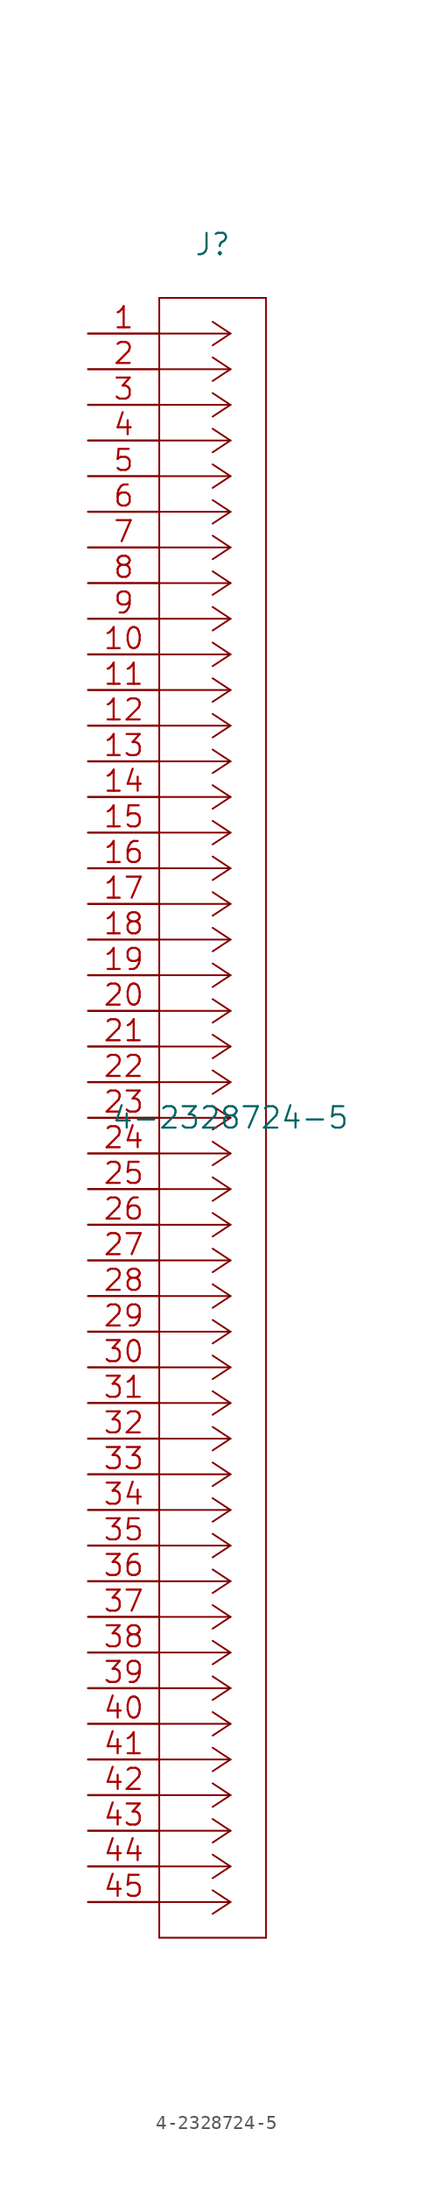
<source format=kicad_sym>
(kicad_symbol_lib
  (version 20211014)
  (generator kicad_symbol_editor)
  (symbol "4-2328724-5"
    (pin_names
      (offset 0.254) hide)
    (property "Reference" "J"
      (at 8.89 6.35 0)
      (effects (font (size 1.524 1.524))))
    (property "Value" "4-2328724-5"
      (at 10.16 -55.88 0)
      (effects (font (size 1.524 1.524))))
    (property "Datasheet" ""
      (at 0 0 0)
      (effects (font (size 1.524 1.524))))
    (property "ki_locked" ""
      (at 0 0 0)
      (effects (font (size 1.27 1.27))))
    (symbol "4-2328724-5_1_1"
      (polyline (pts (xy 5.08 -114.3) (xy 12.7 -114.3)) (stroke (width 0.127) (type default) (color 0 0 0 0)) (fill (type none)))
      (polyline (pts (xy 5.08 2.54) (xy 5.08 -114.3)) (stroke (width 0.127) (type default) (color 0 0 0 0)) (fill (type none)))
      (polyline (pts (xy 10.16 -111.76) (xy 5.08 -111.76)) (stroke (width 0.127) (type default) (color 0 0 0 0)) (fill (type none)))
      (polyline (pts (xy 10.16 -111.76) (xy 8.89 -112.598)) (stroke (width 0.127) (type default) (color 0 0 0 0)) (fill (type none)))
      (polyline (pts (xy 10.16 -111.76) (xy 8.89 -110.922)) (stroke (width 0.127) (type default) (color 0 0 0 0)) (fill (type none)))
      (polyline (pts (xy 10.16 -109.22) (xy 5.08 -109.22)) (stroke (width 0.127) (type default) (color 0 0 0 0)) (fill (type none)))
      (polyline (pts (xy 10.16 -109.22) (xy 8.89 -110.058)) (stroke (width 0.127) (type default) (color 0 0 0 0)) (fill (type none)))
      (polyline (pts (xy 10.16 -109.22) (xy 8.89 -108.382)) (stroke (width 0.127) (type default) (color 0 0 0 0)) (fill (type none)))
      (polyline (pts (xy 10.16 -106.68) (xy 5.08 -106.68)) (stroke (width 0.127) (type default) (color 0 0 0 0)) (fill (type none)))
      (polyline (pts (xy 10.16 -106.68) (xy 8.89 -107.518)) (stroke (width 0.127) (type default) (color 0 0 0 0)) (fill (type none)))
      (polyline (pts (xy 10.16 -106.68) (xy 8.89 -105.842)) (stroke (width 0.127) (type default) (color 0 0 0 0)) (fill (type none)))
      (polyline (pts (xy 10.16 -104.14) (xy 5.08 -104.14)) (stroke (width 0.127) (type default) (color 0 0 0 0)) (fill (type none)))
      (polyline (pts (xy 10.16 -104.14) (xy 8.89 -104.978)) (stroke (width 0.127) (type default) (color 0 0 0 0)) (fill (type none)))
      (polyline (pts (xy 10.16 -104.14) (xy 8.89 -103.302)) (stroke (width 0.127) (type default) (color 0 0 0 0)) (fill (type none)))
      (polyline (pts (xy 10.16 -101.6) (xy 5.08 -101.6)) (stroke (width 0.127) (type default) (color 0 0 0 0)) (fill (type none)))
      (polyline (pts (xy 10.16 -101.6) (xy 8.89 -102.438)) (stroke (width 0.127) (type default) (color 0 0 0 0)) (fill (type none)))
      (polyline (pts (xy 10.16 -101.6) (xy 8.89 -100.762)) (stroke (width 0.127) (type default) (color 0 0 0 0)) (fill (type none)))
      (polyline (pts (xy 10.16 -99.06) (xy 5.08 -99.06)) (stroke (width 0.127) (type default) (color 0 0 0 0)) (fill (type none)))
      (polyline (pts (xy 10.16 -99.06) (xy 8.89 -99.898)) (stroke (width 0.127) (type default) (color 0 0 0 0)) (fill (type none)))
      (polyline (pts (xy 10.16 -99.06) (xy 8.89 -98.222)) (stroke (width 0.127) (type default) (color 0 0 0 0)) (fill (type none)))
      (polyline (pts (xy 10.16 -96.52) (xy 5.08 -96.52)) (stroke (width 0.127) (type default) (color 0 0 0 0)) (fill (type none)))
      (polyline (pts (xy 10.16 -96.52) (xy 8.89 -97.358)) (stroke (width 0.127) (type default) (color 0 0 0 0)) (fill (type none)))
      (polyline (pts (xy 10.16 -96.52) (xy 8.89 -95.682)) (stroke (width 0.127) (type default) (color 0 0 0 0)) (fill (type none)))
      (polyline (pts (xy 10.16 -93.98) (xy 5.08 -93.98)) (stroke (width 0.127) (type default) (color 0 0 0 0)) (fill (type none)))
      (polyline (pts (xy 10.16 -93.98) (xy 8.89 -94.818)) (stroke (width 0.127) (type default) (color 0 0 0 0)) (fill (type none)))
      (polyline (pts (xy 10.16 -93.98) (xy 8.89 -93.142)) (stroke (width 0.127) (type default) (color 0 0 0 0)) (fill (type none)))
      (polyline (pts (xy 10.16 -91.44) (xy 5.08 -91.44)) (stroke (width 0.127) (type default) (color 0 0 0 0)) (fill (type none)))
      (polyline (pts (xy 10.16 -91.44) (xy 8.89 -92.278)) (stroke (width 0.127) (type default) (color 0 0 0 0)) (fill (type none)))
      (polyline (pts (xy 10.16 -91.44) (xy 8.89 -90.602)) (stroke (width 0.127) (type default) (color 0 0 0 0)) (fill (type none)))
      (polyline (pts (xy 10.16 -88.9) (xy 5.08 -88.9)) (stroke (width 0.127) (type default) (color 0 0 0 0)) (fill (type none)))
      (polyline (pts (xy 10.16 -88.9) (xy 8.89 -89.738)) (stroke (width 0.127) (type default) (color 0 0 0 0)) (fill (type none)))
      (polyline (pts (xy 10.16 -88.9) (xy 8.89 -88.062)) (stroke (width 0.127) (type default) (color 0 0 0 0)) (fill (type none)))
      (polyline (pts (xy 10.16 -86.36) (xy 5.08 -86.36)) (stroke (width 0.127) (type default) (color 0 0 0 0)) (fill (type none)))
      (polyline (pts (xy 10.16 -86.36) (xy 8.89 -87.198)) (stroke (width 0.127) (type default) (color 0 0 0 0)) (fill (type none)))
      (polyline (pts (xy 10.16 -86.36) (xy 8.89 -85.522)) (stroke (width 0.127) (type default) (color 0 0 0 0)) (fill (type none)))
      (polyline (pts (xy 10.16 -83.82) (xy 5.08 -83.82)) (stroke (width 0.127) (type default) (color 0 0 0 0)) (fill (type none)))
      (polyline (pts (xy 10.16 -83.82) (xy 8.89 -84.658)) (stroke (width 0.127) (type default) (color 0 0 0 0)) (fill (type none)))
      (polyline (pts (xy 10.16 -83.82) (xy 8.89 -82.982)) (stroke (width 0.127) (type default) (color 0 0 0 0)) (fill (type none)))
      (polyline (pts (xy 10.16 -81.28) (xy 5.08 -81.28)) (stroke (width 0.127) (type default) (color 0 0 0 0)) (fill (type none)))
      (polyline (pts (xy 10.16 -81.28) (xy 8.89 -82.118)) (stroke (width 0.127) (type default) (color 0 0 0 0)) (fill (type none)))
      (polyline (pts (xy 10.16 -81.28) (xy 8.89 -80.442)) (stroke (width 0.127) (type default) (color 0 0 0 0)) (fill (type none)))
      (polyline (pts (xy 10.16 -78.74) (xy 5.08 -78.74)) (stroke (width 0.127) (type default) (color 0 0 0 0)) (fill (type none)))
      (polyline (pts (xy 10.16 -78.74) (xy 8.89 -79.578)) (stroke (width 0.127) (type default) (color 0 0 0 0)) (fill (type none)))
      (polyline (pts (xy 10.16 -78.74) (xy 8.89 -77.902)) (stroke (width 0.127) (type default) (color 0 0 0 0)) (fill (type none)))
      (polyline (pts (xy 10.16 -76.2) (xy 5.08 -76.2)) (stroke (width 0.127) (type default) (color 0 0 0 0)) (fill (type none)))
      (polyline (pts (xy 10.16 -76.2) (xy 8.89 -77.038)) (stroke (width 0.127) (type default) (color 0 0 0 0)) (fill (type none)))
      (polyline (pts (xy 10.16 -76.2) (xy 8.89 -75.362)) (stroke (width 0.127) (type default) (color 0 0 0 0)) (fill (type none)))
      (polyline (pts (xy 10.16 -73.66) (xy 5.08 -73.66)) (stroke (width 0.127) (type default) (color 0 0 0 0)) (fill (type none)))
      (polyline (pts (xy 10.16 -73.66) (xy 8.89 -74.498)) (stroke (width 0.127) (type default) (color 0 0 0 0)) (fill (type none)))
      (polyline (pts (xy 10.16 -73.66) (xy 8.89 -72.822)) (stroke (width 0.127) (type default) (color 0 0 0 0)) (fill (type none)))
      (polyline (pts (xy 10.16 -71.12) (xy 5.08 -71.12)) (stroke (width 0.127) (type default) (color 0 0 0 0)) (fill (type none)))
      (polyline (pts (xy 10.16 -71.12) (xy 8.89 -71.958)) (stroke (width 0.127) (type default) (color 0 0 0 0)) (fill (type none)))
      (polyline (pts (xy 10.16 -71.12) (xy 8.89 -70.282)) (stroke (width 0.127) (type default) (color 0 0 0 0)) (fill (type none)))
      (polyline (pts (xy 10.16 -68.58) (xy 5.08 -68.58)) (stroke (width 0.127) (type default) (color 0 0 0 0)) (fill (type none)))
      (polyline (pts (xy 10.16 -68.58) (xy 8.89 -69.418)) (stroke (width 0.127) (type default) (color 0 0 0 0)) (fill (type none)))
      (polyline (pts (xy 10.16 -68.58) (xy 8.89 -67.742)) (stroke (width 0.127) (type default) (color 0 0 0 0)) (fill (type none)))
      (polyline (pts (xy 10.16 -66.04) (xy 5.08 -66.04)) (stroke (width 0.127) (type default) (color 0 0 0 0)) (fill (type none)))
      (polyline (pts (xy 10.16 -66.04) (xy 8.89 -66.878)) (stroke (width 0.127) (type default) (color 0 0 0 0)) (fill (type none)))
      (polyline (pts (xy 10.16 -66.04) (xy 8.89 -65.202)) (stroke (width 0.127) (type default) (color 0 0 0 0)) (fill (type none)))
      (polyline (pts (xy 10.16 -63.5) (xy 5.08 -63.5)) (stroke (width 0.127) (type default) (color 0 0 0 0)) (fill (type none)))
      (polyline (pts (xy 10.16 -63.5) (xy 8.89 -64.338)) (stroke (width 0.127) (type default) (color 0 0 0 0)) (fill (type none)))
      (polyline (pts (xy 10.16 -63.5) (xy 8.89 -62.662)) (stroke (width 0.127) (type default) (color 0 0 0 0)) (fill (type none)))
      (polyline (pts (xy 10.16 -60.96) (xy 5.08 -60.96)) (stroke (width 0.127) (type default) (color 0 0 0 0)) (fill (type none)))
      (polyline (pts (xy 10.16 -60.96) (xy 8.89 -61.798)) (stroke (width 0.127) (type default) (color 0 0 0 0)) (fill (type none)))
      (polyline (pts (xy 10.16 -60.96) (xy 8.89 -60.122)) (stroke (width 0.127) (type default) (color 0 0 0 0)) (fill (type none)))
      (polyline (pts (xy 10.16 -58.42) (xy 5.08 -58.42)) (stroke (width 0.127) (type default) (color 0 0 0 0)) (fill (type none)))
      (polyline (pts (xy 10.16 -58.42) (xy 8.89 -59.258)) (stroke (width 0.127) (type default) (color 0 0 0 0)) (fill (type none)))
      (polyline (pts (xy 10.16 -58.42) (xy 8.89 -57.582)) (stroke (width 0.127) (type default) (color 0 0 0 0)) (fill (type none)))
      (polyline (pts (xy 10.16 -55.88) (xy 5.08 -55.88)) (stroke (width 0.127) (type default) (color 0 0 0 0)) (fill (type none)))
      (polyline (pts (xy 10.16 -55.88) (xy 8.89 -56.718)) (stroke (width 0.127) (type default) (color 0 0 0 0)) (fill (type none)))
      (polyline (pts (xy 10.16 -55.88) (xy 8.89 -55.042)) (stroke (width 0.127) (type default) (color 0 0 0 0)) (fill (type none)))
      (polyline (pts (xy 10.16 -53.34) (xy 5.08 -53.34)) (stroke (width 0.127) (type default) (color 0 0 0 0)) (fill (type none)))
      (polyline (pts (xy 10.16 -53.34) (xy 8.89 -54.178)) (stroke (width 0.127) (type default) (color 0 0 0 0)) (fill (type none)))
      (polyline (pts (xy 10.16 -53.34) (xy 8.89 -52.502)) (stroke (width 0.127) (type default) (color 0 0 0 0)) (fill (type none)))
      (polyline (pts (xy 10.16 -50.8) (xy 5.08 -50.8)) (stroke (width 0.127) (type default) (color 0 0 0 0)) (fill (type none)))
      (polyline (pts (xy 10.16 -50.8) (xy 8.89 -51.638)) (stroke (width 0.127) (type default) (color 0 0 0 0)) (fill (type none)))
      (polyline (pts (xy 10.16 -50.8) (xy 8.89 -49.962)) (stroke (width 0.127) (type default) (color 0 0 0 0)) (fill (type none)))
      (polyline (pts (xy 10.16 -48.26) (xy 5.08 -48.26)) (stroke (width 0.127) (type default) (color 0 0 0 0)) (fill (type none)))
      (polyline (pts (xy 10.16 -48.26) (xy 8.89 -49.098)) (stroke (width 0.127) (type default) (color 0 0 0 0)) (fill (type none)))
      (polyline (pts (xy 10.16 -48.26) (xy 8.89 -47.422)) (stroke (width 0.127) (type default) (color 0 0 0 0)) (fill (type none)))
      (polyline (pts (xy 10.16 -45.72) (xy 5.08 -45.72)) (stroke (width 0.127) (type default) (color 0 0 0 0)) (fill (type none)))
      (polyline (pts (xy 10.16 -45.72) (xy 8.89 -46.558)) (stroke (width 0.127) (type default) (color 0 0 0 0)) (fill (type none)))
      (polyline (pts (xy 10.16 -45.72) (xy 8.89 -44.882)) (stroke (width 0.127) (type default) (color 0 0 0 0)) (fill (type none)))
      (polyline (pts (xy 10.16 -43.18) (xy 5.08 -43.18)) (stroke (width 0.127) (type default) (color 0 0 0 0)) (fill (type none)))
      (polyline (pts (xy 10.16 -43.18) (xy 8.89 -44.018)) (stroke (width 0.127) (type default) (color 0 0 0 0)) (fill (type none)))
      (polyline (pts (xy 10.16 -43.18) (xy 8.89 -42.342)) (stroke (width 0.127) (type default) (color 0 0 0 0)) (fill (type none)))
      (polyline (pts (xy 10.16 -40.64) (xy 5.08 -40.64)) (stroke (width 0.127) (type default) (color 0 0 0 0)) (fill (type none)))
      (polyline (pts (xy 10.16 -40.64) (xy 8.89 -41.478)) (stroke (width 0.127) (type default) (color 0 0 0 0)) (fill (type none)))
      (polyline (pts (xy 10.16 -40.64) (xy 8.89 -39.802)) (stroke (width 0.127) (type default) (color 0 0 0 0)) (fill (type none)))
      (polyline (pts (xy 10.16 -38.1) (xy 5.08 -38.1)) (stroke (width 0.127) (type default) (color 0 0 0 0)) (fill (type none)))
      (polyline (pts (xy 10.16 -38.1) (xy 8.89 -38.938)) (stroke (width 0.127) (type default) (color 0 0 0 0)) (fill (type none)))
      (polyline (pts (xy 10.16 -38.1) (xy 8.89 -37.262)) (stroke (width 0.127) (type default) (color 0 0 0 0)) (fill (type none)))
      (polyline (pts (xy 10.16 -35.56) (xy 5.08 -35.56)) (stroke (width 0.127) (type default) (color 0 0 0 0)) (fill (type none)))
      (polyline (pts (xy 10.16 -35.56) (xy 8.89 -36.398)) (stroke (width 0.127) (type default) (color 0 0 0 0)) (fill (type none)))
      (polyline (pts (xy 10.16 -35.56) (xy 8.89 -34.722)) (stroke (width 0.127) (type default) (color 0 0 0 0)) (fill (type none)))
      (polyline (pts (xy 10.16 -33.02) (xy 5.08 -33.02)) (stroke (width 0.127) (type default) (color 0 0 0 0)) (fill (type none)))
      (polyline (pts (xy 10.16 -33.02) (xy 8.89 -33.858)) (stroke (width 0.127) (type default) (color 0 0 0 0)) (fill (type none)))
      (polyline (pts (xy 10.16 -33.02) (xy 8.89 -32.182)) (stroke (width 0.127) (type default) (color 0 0 0 0)) (fill (type none)))
      (polyline (pts (xy 10.16 -30.48) (xy 5.08 -30.48)) (stroke (width 0.127) (type default) (color 0 0 0 0)) (fill (type none)))
      (polyline (pts (xy 10.16 -30.48) (xy 8.89 -31.318)) (stroke (width 0.127) (type default) (color 0 0 0 0)) (fill (type none)))
      (polyline (pts (xy 10.16 -30.48) (xy 8.89 -29.642)) (stroke (width 0.127) (type default) (color 0 0 0 0)) (fill (type none)))
      (polyline (pts (xy 10.16 -27.94) (xy 5.08 -27.94)) (stroke (width 0.127) (type default) (color 0 0 0 0)) (fill (type none)))
      (polyline (pts (xy 10.16 -27.94) (xy 8.89 -28.778)) (stroke (width 0.127) (type default) (color 0 0 0 0)) (fill (type none)))
      (polyline (pts (xy 10.16 -27.94) (xy 8.89 -27.102)) (stroke (width 0.127) (type default) (color 0 0 0 0)) (fill (type none)))
      (polyline (pts (xy 10.16 -25.4) (xy 5.08 -25.4)) (stroke (width 0.127) (type default) (color 0 0 0 0)) (fill (type none)))
      (polyline (pts (xy 10.16 -25.4) (xy 8.89 -26.238)) (stroke (width 0.127) (type default) (color 0 0 0 0)) (fill (type none)))
      (polyline (pts (xy 10.16 -25.4) (xy 8.89 -24.562)) (stroke (width 0.127) (type default) (color 0 0 0 0)) (fill (type none)))
      (polyline (pts (xy 10.16 -22.86) (xy 5.08 -22.86)) (stroke (width 0.127) (type default) (color 0 0 0 0)) (fill (type none)))
      (polyline (pts (xy 10.16 -22.86) (xy 8.89 -23.698)) (stroke (width 0.127) (type default) (color 0 0 0 0)) (fill (type none)))
      (polyline (pts (xy 10.16 -22.86) (xy 8.89 -22.022)) (stroke (width 0.127) (type default) (color 0 0 0 0)) (fill (type none)))
      (polyline (pts (xy 10.16 -20.32) (xy 5.08 -20.32)) (stroke (width 0.127) (type default) (color 0 0 0 0)) (fill (type none)))
      (polyline (pts (xy 10.16 -20.32) (xy 8.89 -21.158)) (stroke (width 0.127) (type default) (color 0 0 0 0)) (fill (type none)))
      (polyline (pts (xy 10.16 -20.32) (xy 8.89 -19.482)) (stroke (width 0.127) (type default) (color 0 0 0 0)) (fill (type none)))
      (polyline (pts (xy 10.16 -17.78) (xy 5.08 -17.78)) (stroke (width 0.127) (type default) (color 0 0 0 0)) (fill (type none)))
      (polyline (pts (xy 10.16 -17.78) (xy 8.89 -18.618)) (stroke (width 0.127) (type default) (color 0 0 0 0)) (fill (type none)))
      (polyline (pts (xy 10.16 -17.78) (xy 8.89 -16.942)) (stroke (width 0.127) (type default) (color 0 0 0 0)) (fill (type none)))
      (polyline (pts (xy 10.16 -15.24) (xy 5.08 -15.24)) (stroke (width 0.127) (type default) (color 0 0 0 0)) (fill (type none)))
      (polyline (pts (xy 10.16 -15.24) (xy 8.89 -16.078)) (stroke (width 0.127) (type default) (color 0 0 0 0)) (fill (type none)))
      (polyline (pts (xy 10.16 -15.24) (xy 8.89 -14.402)) (stroke (width 0.127) (type default) (color 0 0 0 0)) (fill (type none)))
      (polyline (pts (xy 10.16 -12.7) (xy 5.08 -12.7)) (stroke (width 0.127) (type default) (color 0 0 0 0)) (fill (type none)))
      (polyline (pts (xy 10.16 -12.7) (xy 8.89 -13.538)) (stroke (width 0.127) (type default) (color 0 0 0 0)) (fill (type none)))
      (polyline (pts (xy 10.16 -12.7) (xy 8.89 -11.862)) (stroke (width 0.127) (type default) (color 0 0 0 0)) (fill (type none)))
      (polyline (pts (xy 10.16 -10.16) (xy 5.08 -10.16)) (stroke (width 0.127) (type default) (color 0 0 0 0)) (fill (type none)))
      (polyline (pts (xy 10.16 -10.16) (xy 8.89 -10.998)) (stroke (width 0.127) (type default) (color 0 0 0 0)) (fill (type none)))
      (polyline (pts (xy 10.16 -10.16) (xy 8.89 -9.322)) (stroke (width 0.127) (type default) (color 0 0 0 0)) (fill (type none)))
      (polyline (pts (xy 10.16 -7.62) (xy 5.08 -7.62)) (stroke (width 0.127) (type default) (color 0 0 0 0)) (fill (type none)))
      (polyline (pts (xy 10.16 -7.62) (xy 8.89 -8.458)) (stroke (width 0.127) (type default) (color 0 0 0 0)) (fill (type none)))
      (polyline (pts (xy 10.16 -7.62) (xy 8.89 -6.782)) (stroke (width 0.127) (type default) (color 0 0 0 0)) (fill (type none)))
      (polyline (pts (xy 10.16 -5.08) (xy 5.08 -5.08)) (stroke (width 0.127) (type default) (color 0 0 0 0)) (fill (type none)))
      (polyline (pts (xy 10.16 -5.08) (xy 8.89 -5.918)) (stroke (width 0.127) (type default) (color 0 0 0 0)) (fill (type none)))
      (polyline (pts (xy 10.16 -5.08) (xy 8.89 -4.242)) (stroke (width 0.127) (type default) (color 0 0 0 0)) (fill (type none)))
      (polyline (pts (xy 10.16 -2.54) (xy 5.08 -2.54)) (stroke (width 0.127) (type default) (color 0 0 0 0)) (fill (type none)))
      (polyline (pts (xy 10.16 -2.54) (xy 8.89 -3.378)) (stroke (width 0.127) (type default) (color 0 0 0 0)) (fill (type none)))
      (polyline (pts (xy 10.16 -2.54) (xy 8.89 -1.702)) (stroke (width 0.127) (type default) (color 0 0 0 0)) (fill (type none)))
      (polyline (pts (xy 10.16 0) (xy 5.08 0)) (stroke (width 0.127) (type default) (color 0 0 0 0)) (fill (type none)))
      (polyline (pts (xy 10.16 0) (xy 8.89 -0.838)) (stroke (width 0.127) (type default) (color 0 0 0 0)) (fill (type none)))
      (polyline (pts (xy 10.16 0) (xy 8.89 0.838)) (stroke (width 0.127) (type default) (color 0 0 0 0)) (fill (type none)))
      (polyline (pts (xy 12.7 -114.3) (xy 12.7 2.54)) (stroke (width 0.127) (type default) (color 0 0 0 0)) (fill (type none)))
      (polyline (pts (xy 12.7 2.54) (xy 5.08 2.54)) (stroke (width 0.127) (type default) (color 0 0 0 0)) (fill (type none)))
      (pin unspecified line (at 0 0 0) (length 5.08) (name "1" (effects (font (size 1.499 1.499)))) (number "1" (effects (font (size 1.499 1.499)))))
      (pin unspecified line (at 0 -22.86 0) (length 5.08) (name "10" (effects (font (size 1.499 1.499)))) (number "10" (effects (font (size 1.499 1.499)))))
      (pin unspecified line (at 0 -25.4 0) (length 5.08) (name "11" (effects (font (size 1.499 1.499)))) (number "11" (effects (font (size 1.499 1.499)))))
      (pin unspecified line (at 0 -27.94 0) (length 5.08) (name "12" (effects (font (size 1.499 1.499)))) (number "12" (effects (font (size 1.499 1.499)))))
      (pin unspecified line (at 0 -30.48 0) (length 5.08) (name "13" (effects (font (size 1.499 1.499)))) (number "13" (effects (font (size 1.499 1.499)))))
      (pin unspecified line (at 0 -33.02 0) (length 5.08) (name "14" (effects (font (size 1.499 1.499)))) (number "14" (effects (font (size 1.499 1.499)))))
      (pin unspecified line (at 0 -35.56 0) (length 5.08) (name "15" (effects (font (size 1.499 1.499)))) (number "15" (effects (font (size 1.499 1.499)))))
      (pin unspecified line (at 0 -38.1 0) (length 5.08) (name "16" (effects (font (size 1.499 1.499)))) (number "16" (effects (font (size 1.499 1.499)))))
      (pin unspecified line (at 0 -40.64 0) (length 5.08) (name "17" (effects (font (size 1.499 1.499)))) (number "17" (effects (font (size 1.499 1.499)))))
      (pin unspecified line (at 0 -43.18 0) (length 5.08) (name "18" (effects (font (size 1.499 1.499)))) (number "18" (effects (font (size 1.499 1.499)))))
      (pin unspecified line (at 0 -45.72 0) (length 5.08) (name "19" (effects (font (size 1.499 1.499)))) (number "19" (effects (font (size 1.499 1.499)))))
      (pin unspecified line (at 0 -2.54 0) (length 5.08) (name "2" (effects (font (size 1.499 1.499)))) (number "2" (effects (font (size 1.499 1.499)))))
      (pin unspecified line (at 0 -48.26 0) (length 5.08) (name "20" (effects (font (size 1.499 1.499)))) (number "20" (effects (font (size 1.499 1.499)))))
      (pin unspecified line (at 0 -50.8 0) (length 5.08) (name "21" (effects (font (size 1.499 1.499)))) (number "21" (effects (font (size 1.499 1.499)))))
      (pin unspecified line (at 0 -53.34 0) (length 5.08) (name "22" (effects (font (size 1.499 1.499)))) (number "22" (effects (font (size 1.499 1.499)))))
      (pin unspecified line (at 0 -55.88 0) (length 5.08) (name "23" (effects (font (size 1.499 1.499)))) (number "23" (effects (font (size 1.499 1.499)))))
      (pin unspecified line (at 0 -58.42 0) (length 5.08) (name "24" (effects (font (size 1.499 1.499)))) (number "24" (effects (font (size 1.499 1.499)))))
      (pin unspecified line (at 0 -60.96 0) (length 5.08) (name "25" (effects (font (size 1.499 1.499)))) (number "25" (effects (font (size 1.499 1.499)))))
      (pin unspecified line (at 0 -63.5 0) (length 5.08) (name "26" (effects (font (size 1.499 1.499)))) (number "26" (effects (font (size 1.499 1.499)))))
      (pin unspecified line (at 0 -66.04 0) (length 5.08) (name "27" (effects (font (size 1.499 1.499)))) (number "27" (effects (font (size 1.499 1.499)))))
      (pin unspecified line (at 0 -68.58 0) (length 5.08) (name "28" (effects (font (size 1.499 1.499)))) (number "28" (effects (font (size 1.499 1.499)))))
      (pin unspecified line (at 0 -71.12 0) (length 5.08) (name "29" (effects (font (size 1.499 1.499)))) (number "29" (effects (font (size 1.499 1.499)))))
      (pin unspecified line (at 0 -5.08 0) (length 5.08) (name "3" (effects (font (size 1.499 1.499)))) (number "3" (effects (font (size 1.499 1.499)))))
      (pin unspecified line (at 0 -73.66 0) (length 5.08) (name "30" (effects (font (size 1.499 1.499)))) (number "30" (effects (font (size 1.499 1.499)))))
      (pin unspecified line (at 0 -76.2 0) (length 5.08) (name "31" (effects (font (size 1.499 1.499)))) (number "31" (effects (font (size 1.499 1.499)))))
      (pin unspecified line (at 0 -78.74 0) (length 5.08) (name "32" (effects (font (size 1.499 1.499)))) (number "32" (effects (font (size 1.499 1.499)))))
      (pin unspecified line (at 0 -81.28 0) (length 5.08) (name "33" (effects (font (size 1.499 1.499)))) (number "33" (effects (font (size 1.499 1.499)))))
      (pin unspecified line (at 0 -83.82 0) (length 5.08) (name "34" (effects (font (size 1.499 1.499)))) (number "34" (effects (font (size 1.499 1.499)))))
      (pin unspecified line (at 0 -86.36 0) (length 5.08) (name "35" (effects (font (size 1.499 1.499)))) (number "35" (effects (font (size 1.499 1.499)))))
      (pin unspecified line (at 0 -88.9 0) (length 5.08) (name "36" (effects (font (size 1.499 1.499)))) (number "36" (effects (font (size 1.499 1.499)))))
      (pin unspecified line (at 0 -91.44 0) (length 5.08) (name "37" (effects (font (size 1.499 1.499)))) (number "37" (effects (font (size 1.499 1.499)))))
      (pin unspecified line (at 0 -93.98 0) (length 5.08) (name "38" (effects (font (size 1.499 1.499)))) (number "38" (effects (font (size 1.499 1.499)))))
      (pin unspecified line (at 0 -96.52 0) (length 5.08) (name "39" (effects (font (size 1.499 1.499)))) (number "39" (effects (font (size 1.499 1.499)))))
      (pin unspecified line (at 0 -7.62 0) (length 5.08) (name "4" (effects (font (size 1.499 1.499)))) (number "4" (effects (font (size 1.499 1.499)))))
      (pin unspecified line (at 0 -99.06 0) (length 5.08) (name "40" (effects (font (size 1.499 1.499)))) (number "40" (effects (font (size 1.499 1.499)))))
      (pin unspecified line (at 0 -101.6 0) (length 5.08) (name "41" (effects (font (size 1.499 1.499)))) (number "41" (effects (font (size 1.499 1.499)))))
      (pin unspecified line (at 0 -104.14 0) (length 5.08) (name "42" (effects (font (size 1.499 1.499)))) (number "42" (effects (font (size 1.499 1.499)))))
      (pin unspecified line (at 0 -106.68 0) (length 5.08) (name "43" (effects (font (size 1.499 1.499)))) (number "43" (effects (font (size 1.499 1.499)))))
      (pin unspecified line (at 0 -109.22 0) (length 5.08) (name "44" (effects (font (size 1.499 1.499)))) (number "44" (effects (font (size 1.499 1.499)))))
      (pin unspecified line (at 0 -111.76 0) (length 5.08) (name "45" (effects (font (size 1.499 1.499)))) (number "45" (effects (font (size 1.499 1.499)))))
      (pin unspecified line (at 0 -10.16 0) (length 5.08) (name "5" (effects (font (size 1.499 1.499)))) (number "5" (effects (font (size 1.499 1.499)))))
      (pin unspecified line (at 0 -12.7 0) (length 5.08) (name "6" (effects (font (size 1.499 1.499)))) (number "6" (effects (font (size 1.499 1.499)))))
      (pin unspecified line (at 0 -15.24 0) (length 5.08) (name "7" (effects (font (size 1.499 1.499)))) (number "7" (effects (font (size 1.499 1.499)))))
      (pin unspecified line (at 0 -17.78 0) (length 5.08) (name "8" (effects (font (size 1.499 1.499)))) (number "8" (effects (font (size 1.499 1.499)))))
      (pin unspecified line (at 0 -20.32 0) (length 5.08) (name "9" (effects (font (size 1.499 1.499)))) (number "9" (effects (font (size 1.499 1.499))))))))
</source>
